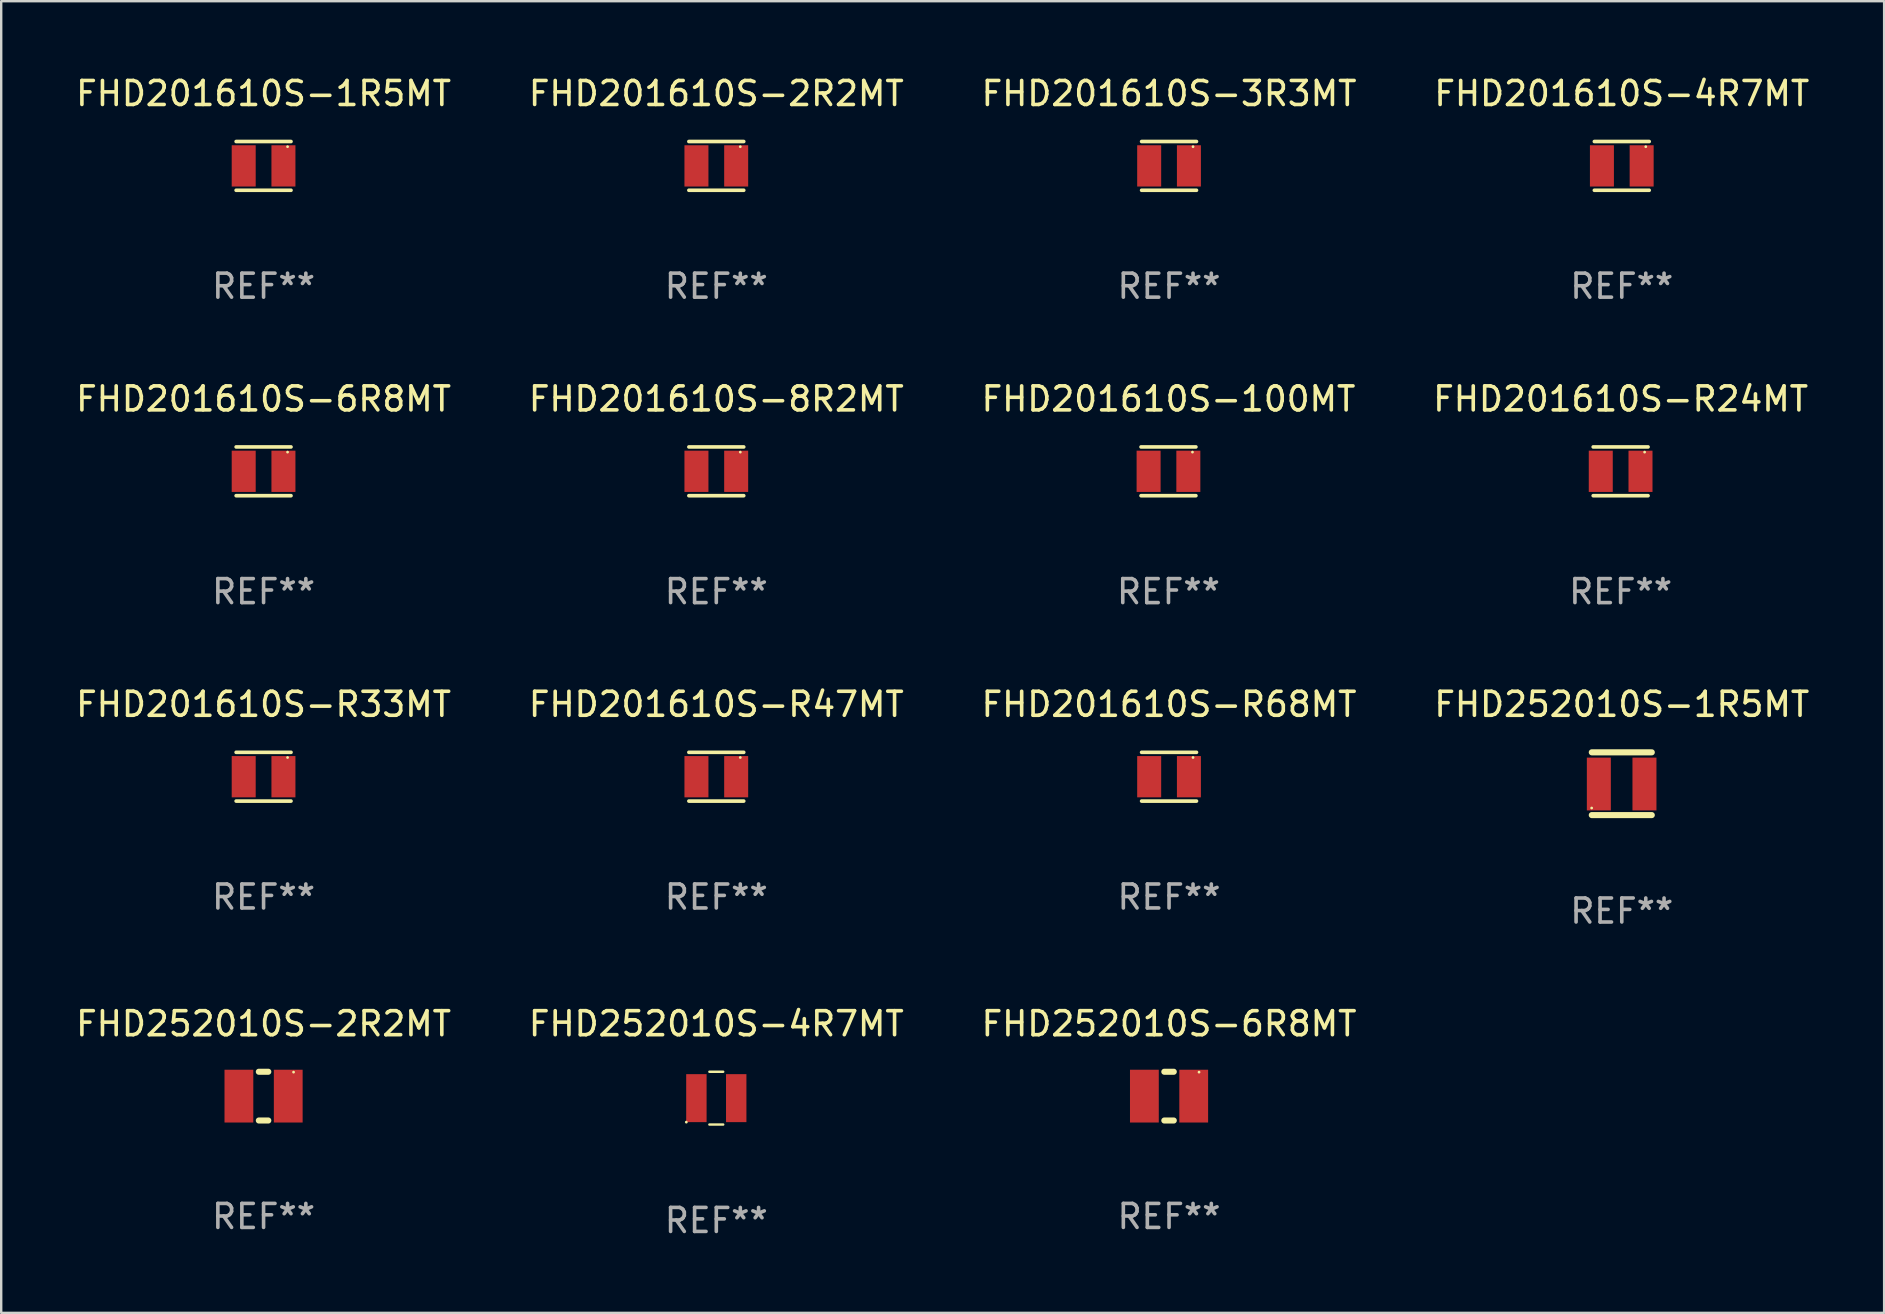
<source format=kicad_pcb>
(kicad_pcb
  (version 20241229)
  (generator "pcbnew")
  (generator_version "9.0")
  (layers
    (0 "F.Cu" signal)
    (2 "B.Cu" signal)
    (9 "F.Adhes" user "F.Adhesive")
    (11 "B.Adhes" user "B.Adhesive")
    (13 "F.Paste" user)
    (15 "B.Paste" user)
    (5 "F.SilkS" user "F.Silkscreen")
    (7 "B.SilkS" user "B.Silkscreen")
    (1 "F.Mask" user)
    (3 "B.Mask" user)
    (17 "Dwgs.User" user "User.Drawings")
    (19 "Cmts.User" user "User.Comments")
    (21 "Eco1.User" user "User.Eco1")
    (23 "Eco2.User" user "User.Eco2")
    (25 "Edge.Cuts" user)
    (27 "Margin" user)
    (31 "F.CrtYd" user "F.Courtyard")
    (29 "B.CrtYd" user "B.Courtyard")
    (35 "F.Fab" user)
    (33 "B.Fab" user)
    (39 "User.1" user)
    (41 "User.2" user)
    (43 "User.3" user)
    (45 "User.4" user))
  (footprint "FHD201610S-1R5MT"
    (layer "F.Cu")
    (at 7.935 3.864)
    (property "Reference" "FHD201610S-1R5MT" (at 0 -3.016 0) (layer "F.SilkS") (effects (font (size 1 1) (thickness 0.15))))
    (attr through_hole)
    (fp_line (start -1.143 -1.016) (end 1.143 -1.016) (stroke (width 0.152) (type solid)) (layer "F.SilkS"))
    (fp_line (start 1.143 1.016) (end -1.143 1.016) (stroke (width 0.152) (type solid)) (layer "F.SilkS"))
    (fp_circle (center 1 -0.8) (end 1.03 -0.8) (stroke (width 0.06) (type solid)) (fill no) (layer "F.SilkS"))
    (fp_text user "REF**" (at 0 5.016 0) (layer "F.Fab") (effects (font (size 1 1) (thickness 0.15))))
    (pad "1" smd rect (at 0.828 0) (size 1 1.72) (layers "F.Cu" "F.Mask" "F.Paste"))
    (pad "2" smd rect (at -0.828 0) (size 1 1.72) (layers "F.Cu" "F.Mask" "F.Paste")))
  (footprint "FHD201610S-6R8MT"
    (layer "F.Cu")
    (at 7.935 16.593)
    (property "Reference" "FHD201610S-6R8MT" (at 0 -3.016 0) (layer "F.SilkS") (effects (font (size 1 1) (thickness 0.15))))
    (attr through_hole)
    (fp_line (start -1.143 -1.016) (end 1.143 -1.016) (stroke (width 0.152) (type solid)) (layer "F.SilkS"))
    (fp_line (start 1.143 1.016) (end -1.143 1.016) (stroke (width 0.152) (type solid)) (layer "F.SilkS"))
    (fp_circle (center 1 -0.8) (end 1.03 -0.8) (stroke (width 0.06) (type solid)) (fill no) (layer "F.SilkS"))
    (fp_text user "REF**" (at 0 5.016 0) (layer "F.Fab") (effects (font (size 1 1) (thickness 0.15))))
    (pad "1" smd rect (at 0.828 0) (size 1 1.72) (layers "F.Cu" "F.Mask" "F.Paste"))
    (pad "2" smd rect (at -0.828 0) (size 1 1.72) (layers "F.Cu" "F.Mask" "F.Paste")))
  (footprint "FHD201610S-R24MT"
    (layer "F.Cu")
    (at 64.494 16.593)
    (property "Reference" "FHD201610S-R24MT" (at 0 -3.016 0) (layer "F.SilkS") (effects (font (size 1 1) (thickness 0.15))))
    (attr through_hole)
    (fp_line (start -1.143 -1.016) (end 1.143 -1.016) (stroke (width 0.152) (type solid)) (layer "F.SilkS"))
    (fp_line (start 1.143 1.016) (end -1.143 1.016) (stroke (width 0.152) (type solid)) (layer "F.SilkS"))
    (fp_circle (center 1 -0.8) (end 1.03 -0.8) (stroke (width 0.06) (type solid)) (fill no) (layer "F.SilkS"))
    (fp_text user "REF**" (at 0 5.016 0) (layer "F.Fab") (effects (font (size 1 1) (thickness 0.15))))
    (pad "1" smd rect (at 0.828 0) (size 1 1.72) (layers "F.Cu" "F.Mask" "F.Paste"))
    (pad "2" smd rect (at -0.828 0) (size 1 1.72) (layers "F.Cu" "F.Mask" "F.Paste")))
  (footprint "FHD201610S-R47MT"
    (layer "F.Cu")
    (at 26.804 29.321)
    (property "Reference" "FHD201610S-R47MT" (at 0 -3.016 0) (layer "F.SilkS") (effects (font (size 1 1) (thickness 0.15))))
    (attr through_hole)
    (fp_line (start -1.143 -1.016) (end 1.143 -1.016) (stroke (width 0.152) (type solid)) (layer "F.SilkS"))
    (fp_line (start 1.143 1.016) (end -1.143 1.016) (stroke (width 0.152) (type solid)) (layer "F.SilkS"))
    (fp_circle (center 1 -0.8) (end 1.03 -0.8) (stroke (width 0.06) (type solid)) (fill no) (layer "F.SilkS"))
    (fp_text user "REF**" (at 0 5.016 0) (layer "F.Fab") (effects (font (size 1 1) (thickness 0.15))))
    (pad "1" smd rect (at 0.828 0) (size 1 1.72) (layers "F.Cu" "F.Mask" "F.Paste"))
    (pad "2" smd rect (at -0.828 0) (size 1 1.72) (layers "F.Cu" "F.Mask" "F.Paste")))
  (footprint "FHD252010S-4R7MT"
    (layer "F.Cu")
    (at 26.804 42.718)
    (property "Reference" "FHD252010S-4R7MT" (at 0 -3.1 0) (layer "F.SilkS") (effects (font (size 1 1) (thickness 0.15))))
    (attr through_hole)
    (fp_line (start -0.288 -1.1) (end 0.287 -1.1) (stroke (width 0.102) (type solid)) (layer "F.SilkS"))
    (fp_line (start 0.287 1.1) (end -0.288 1.1) (stroke (width 0.102) (type solid)) (layer "F.SilkS"))
    (fp_circle (center -1.25 1) (end -1.22 1) (stroke (width 0.06) (type solid)) (fill no) (layer "F.SilkS"))
    (fp_text user "REF**" (at 0 5.1 0) (layer "F.Fab") (effects (font (size 1 1) (thickness 0.15))))
    (pad "1" smd rect (at -0.83 -0.000076) (size 0.85 2) (layers "F.Cu" "F.Mask" "F.Paste"))
    (pad "2" smd rect (at 0.83 -0.000076) (size 0.85 2) (layers "F.Cu" "F.Mask" "F.Paste")))
  (footprint "FHD201610S-4R7MT"
    (layer "F.Cu")
    (at 64.542 3.864)
    (property "Reference" "FHD201610S-4R7MT" (at 0 -3.016 0) (layer "F.SilkS") (effects (font (size 1 1) (thickness 0.15))))
    (attr through_hole)
    (fp_line (start -1.143 -1.016) (end 1.143 -1.016) (stroke (width 0.152) (type solid)) (layer "F.SilkS"))
    (fp_line (start 1.143 1.016) (end -1.143 1.016) (stroke (width 0.152) (type solid)) (layer "F.SilkS"))
    (fp_circle (center 1 -0.8) (end 1.03 -0.8) (stroke (width 0.06) (type solid)) (fill no) (layer "F.SilkS"))
    (fp_text user "REF**" (at 0 5.016 0) (layer "F.Fab") (effects (font (size 1 1) (thickness 0.15))))
    (pad "1" smd rect (at 0.828 0) (size 1 1.72) (layers "F.Cu" "F.Mask" "F.Paste"))
    (pad "2" smd rect (at -0.828 0) (size 1 1.72) (layers "F.Cu" "F.Mask" "F.Paste")))
  (footprint "FHD252010S-2R2MT"
    (layer "F.Cu")
    (at 7.935 42.634)
    (property "Reference" "FHD252010S-2R2MT" (at 0 -3.016 0) (layer "F.SilkS") (effects (font (size 1 1) (thickness 0.15))))
    (attr through_hole)
    (fp_line (start -0.197 1.016) (end 0.197 1.016) (stroke (width 0.254) (type solid)) (layer "F.SilkS"))
    (fp_line (start 0.197 -1.016) (end -0.197 -1.016) (stroke (width 0.254) (type solid)) (layer "F.SilkS"))
    (fp_circle (center 1.25 -1) (end 1.28 -1) (stroke (width 0.06) (type solid)) (fill no) (layer "F.SilkS"))
    (fp_text user "REF**" (at 0 5.016 0) (layer "F.Fab") (effects (font (size 1 1) (thickness 0.15))))
    (pad "1" smd rect (at 1.028 0) (size 1.2 2.2) (layers "F.Cu" "F.Mask" "F.Paste"))
    (pad "2" smd rect (at -1.028 0) (size 1.2 2.2) (layers "F.Cu" "F.Mask" "F.Paste")))
  (footprint "FHD201610S-3R3MT"
    (layer "F.Cu")
    (at 45.673 3.864)
    (property "Reference" "FHD201610S-3R3MT" (at 0 -3.016 0) (layer "F.SilkS") (effects (font (size 1 1) (thickness 0.15))))
    (attr through_hole)
    (fp_line (start -1.143 -1.016) (end 1.143 -1.016) (stroke (width 0.152) (type solid)) (layer "F.SilkS"))
    (fp_line (start 1.143 1.016) (end -1.143 1.016) (stroke (width 0.152) (type solid)) (layer "F.SilkS"))
    (fp_circle (center 1 -0.8) (end 1.03 -0.8) (stroke (width 0.06) (type solid)) (fill no) (layer "F.SilkS"))
    (fp_text user "REF**" (at 0 5.016 0) (layer "F.Fab") (effects (font (size 1 1) (thickness 0.15))))
    (pad "1" smd rect (at 0.828 0) (size 1 1.72) (layers "F.Cu" "F.Mask" "F.Paste"))
    (pad "2" smd rect (at -0.828 0) (size 1 1.72) (layers "F.Cu" "F.Mask" "F.Paste")))
  (footprint "FHD252010S-1R5MT"
    (layer "F.Cu")
    (at 64.542 29.613)
    (property "Reference" "FHD252010S-1R5MT" (at 0 -3.308 0) (layer "F.SilkS") (effects (font (size 1 1) (thickness 0.15))))
    (attr through_hole)
    (fp_line (start -1.25 -1.308) (end 1.25 -1.308) (stroke (width 0.254) (type solid)) (layer "F.SilkS"))
    (fp_line (start -1.25 1.308) (end 1.25 1.308) (stroke (width 0.254) (type solid)) (layer "F.SilkS"))
    (fp_circle (center -1.255 1.013) (end -1.225 1.013) (stroke (width 0.06) (type solid)) (fill no) (layer "F.SilkS"))
    (fp_text user "REF**" (at 0 5.308 0) (layer "F.Fab") (effects (font (size 1 1) (thickness 0.15))))
    (pad "1" smd rect (at -0.956 0.013) (size 1 2.2) (layers "F.Cu" "F.Mask" "F.Paste"))
    (pad "2" smd rect (at 0.945 0.013) (size 1 2.2) (layers "F.Cu" "F.Mask" "F.Paste")))
  (footprint "FHD201610S-R68MT"
    (layer "F.Cu")
    (at 45.673 29.321)
    (property "Reference" "FHD201610S-R68MT" (at 0 -3.016 0) (layer "F.SilkS") (effects (font (size 1 1) (thickness 0.15))))
    (attr through_hole)
    (fp_line (start -1.143 -1.016) (end 1.143 -1.016) (stroke (width 0.152) (type solid)) (layer "F.SilkS"))
    (fp_line (start 1.143 1.016) (end -1.143 1.016) (stroke (width 0.152) (type solid)) (layer "F.SilkS"))
    (fp_circle (center 1 -0.8) (end 1.03 -0.8) (stroke (width 0.06) (type solid)) (fill no) (layer "F.SilkS"))
    (fp_text user "REF**" (at 0 5.016 0) (layer "F.Fab") (effects (font (size 1 1) (thickness 0.15))))
    (pad "1" smd rect (at 0.828 0) (size 1 1.72) (layers "F.Cu" "F.Mask" "F.Paste"))
    (pad "2" smd rect (at -0.828 0) (size 1 1.72) (layers "F.Cu" "F.Mask" "F.Paste")))
  (footprint "FHD201610S-2R2MT"
    (layer "F.Cu")
    (at 26.804 3.864)
    (property "Reference" "FHD201610S-2R2MT" (at 0 -3.016 0) (layer "F.SilkS") (effects (font (size 1 1) (thickness 0.15))))
    (attr through_hole)
    (fp_line (start -1.143 -1.016) (end 1.143 -1.016) (stroke (width 0.152) (type solid)) (layer "F.SilkS"))
    (fp_line (start 1.143 1.016) (end -1.143 1.016) (stroke (width 0.152) (type solid)) (layer "F.SilkS"))
    (fp_circle (center 1 -0.8) (end 1.03 -0.8) (stroke (width 0.06) (type solid)) (fill no) (layer "F.SilkS"))
    (fp_text user "REF**" (at 0 5.016 0) (layer "F.Fab") (effects (font (size 1 1) (thickness 0.15))))
    (pad "1" smd rect (at 0.828 0) (size 1 1.72) (layers "F.Cu" "F.Mask" "F.Paste"))
    (pad "2" smd rect (at -0.828 0) (size 1 1.72) (layers "F.Cu" "F.Mask" "F.Paste")))
  (footprint "FHD201610S-R33MT"
    (layer "F.Cu")
    (at 7.935 29.321)
    (property "Reference" "FHD201610S-R33MT" (at 0 -3.016 0) (layer "F.SilkS") (effects (font (size 1 1) (thickness 0.15))))
    (attr through_hole)
    (fp_line (start -1.143 -1.016) (end 1.143 -1.016) (stroke (width 0.152) (type solid)) (layer "F.SilkS"))
    (fp_line (start 1.143 1.016) (end -1.143 1.016) (stroke (width 0.152) (type solid)) (layer "F.SilkS"))
    (fp_circle (center 1 -0.8) (end 1.03 -0.8) (stroke (width 0.06) (type solid)) (fill no) (layer "F.SilkS"))
    (fp_text user "REF**" (at 0 5.016 0) (layer "F.Fab") (effects (font (size 1 1) (thickness 0.15))))
    (pad "1" smd rect (at 0.828 0) (size 1 1.72) (layers "F.Cu" "F.Mask" "F.Paste"))
    (pad "2" smd rect (at -0.828 0) (size 1 1.72) (layers "F.Cu" "F.Mask" "F.Paste")))
  (footprint "FHD201610S-100MT"
    (layer "F.Cu")
    (at 45.649 16.593)
    (property "Reference" "FHD201610S-100MT" (at 0 -3.016 0) (layer "F.SilkS") (effects (font (size 1 1) (thickness 0.15))))
    (attr through_hole)
    (fp_line (start -1.143 -1.016) (end 1.143 -1.016) (stroke (width 0.152) (type solid)) (layer "F.SilkS"))
    (fp_line (start 1.143 1.016) (end -1.143 1.016) (stroke (width 0.152) (type solid)) (layer "F.SilkS"))
    (fp_circle (center 1 -0.8) (end 1.03 -0.8) (stroke (width 0.06) (type solid)) (fill no) (layer "F.SilkS"))
    (fp_text user "REF**" (at 0 5.016 0) (layer "F.Fab") (effects (font (size 1 1) (thickness 0.15))))
    (pad "1" smd rect (at 0.828 0) (size 1 1.72) (layers "F.Cu" "F.Mask" "F.Paste"))
    (pad "2" smd rect (at -0.828 0) (size 1 1.72) (layers "F.Cu" "F.Mask" "F.Paste")))
  (footprint "FHD252010S-6R8MT"
    (layer "F.Cu")
    (at 45.673 42.634)
    (property "Reference" "FHD252010S-6R8MT" (at 0 -3.016 0) (layer "F.SilkS") (effects (font (size 1 1) (thickness 0.15))))
    (attr through_hole)
    (fp_line (start -0.197 1.016) (end 0.197 1.016) (stroke (width 0.254) (type solid)) (layer "F.SilkS"))
    (fp_line (start 0.197 -1.016) (end -0.197 -1.016) (stroke (width 0.254) (type solid)) (layer "F.SilkS"))
    (fp_circle (center 1.25 -1) (end 1.28 -1) (stroke (width 0.06) (type solid)) (fill no) (layer "F.SilkS"))
    (fp_text user "REF**" (at 0 5.016 0) (layer "F.Fab") (effects (font (size 1 1) (thickness 0.15))))
    (pad "1" smd rect (at 1.028 0) (size 1.2 2.2) (layers "F.Cu" "F.Mask" "F.Paste"))
    (pad "2" smd rect (at -1.028 0) (size 1.2 2.2) (layers "F.Cu" "F.Mask" "F.Paste")))
  (footprint "FHD201610S-8R2MT"
    (layer "F.Cu")
    (at 26.804 16.593)
    (property "Reference" "FHD201610S-8R2MT" (at 0 -3.016 0) (layer "F.SilkS") (effects (font (size 1 1) (thickness 0.15))))
    (attr through_hole)
    (fp_line (start -1.143 -1.016) (end 1.143 -1.016) (stroke (width 0.152) (type solid)) (layer "F.SilkS"))
    (fp_line (start 1.143 1.016) (end -1.143 1.016) (stroke (width 0.152) (type solid)) (layer "F.SilkS"))
    (fp_circle (center 1 -0.8) (end 1.03 -0.8) (stroke (width 0.06) (type solid)) (fill no) (layer "F.SilkS"))
    (fp_text user "REF**" (at 0 5.016 0) (layer "F.Fab") (effects (font (size 1 1) (thickness 0.15))))
    (pad "1" smd rect (at 0.828 0) (size 1 1.72) (layers "F.Cu" "F.Mask" "F.Paste"))
    (pad "2" smd rect (at -0.828 0) (size 1 1.72) (layers "F.Cu" "F.Mask" "F.Paste")))
  (gr_rect
    (start -3 -3)
    (end 75.476 51.666)
    (stroke (width 0.1) (type default))
    (fill no)
    (layer "Edge.Cuts")))
</source>
